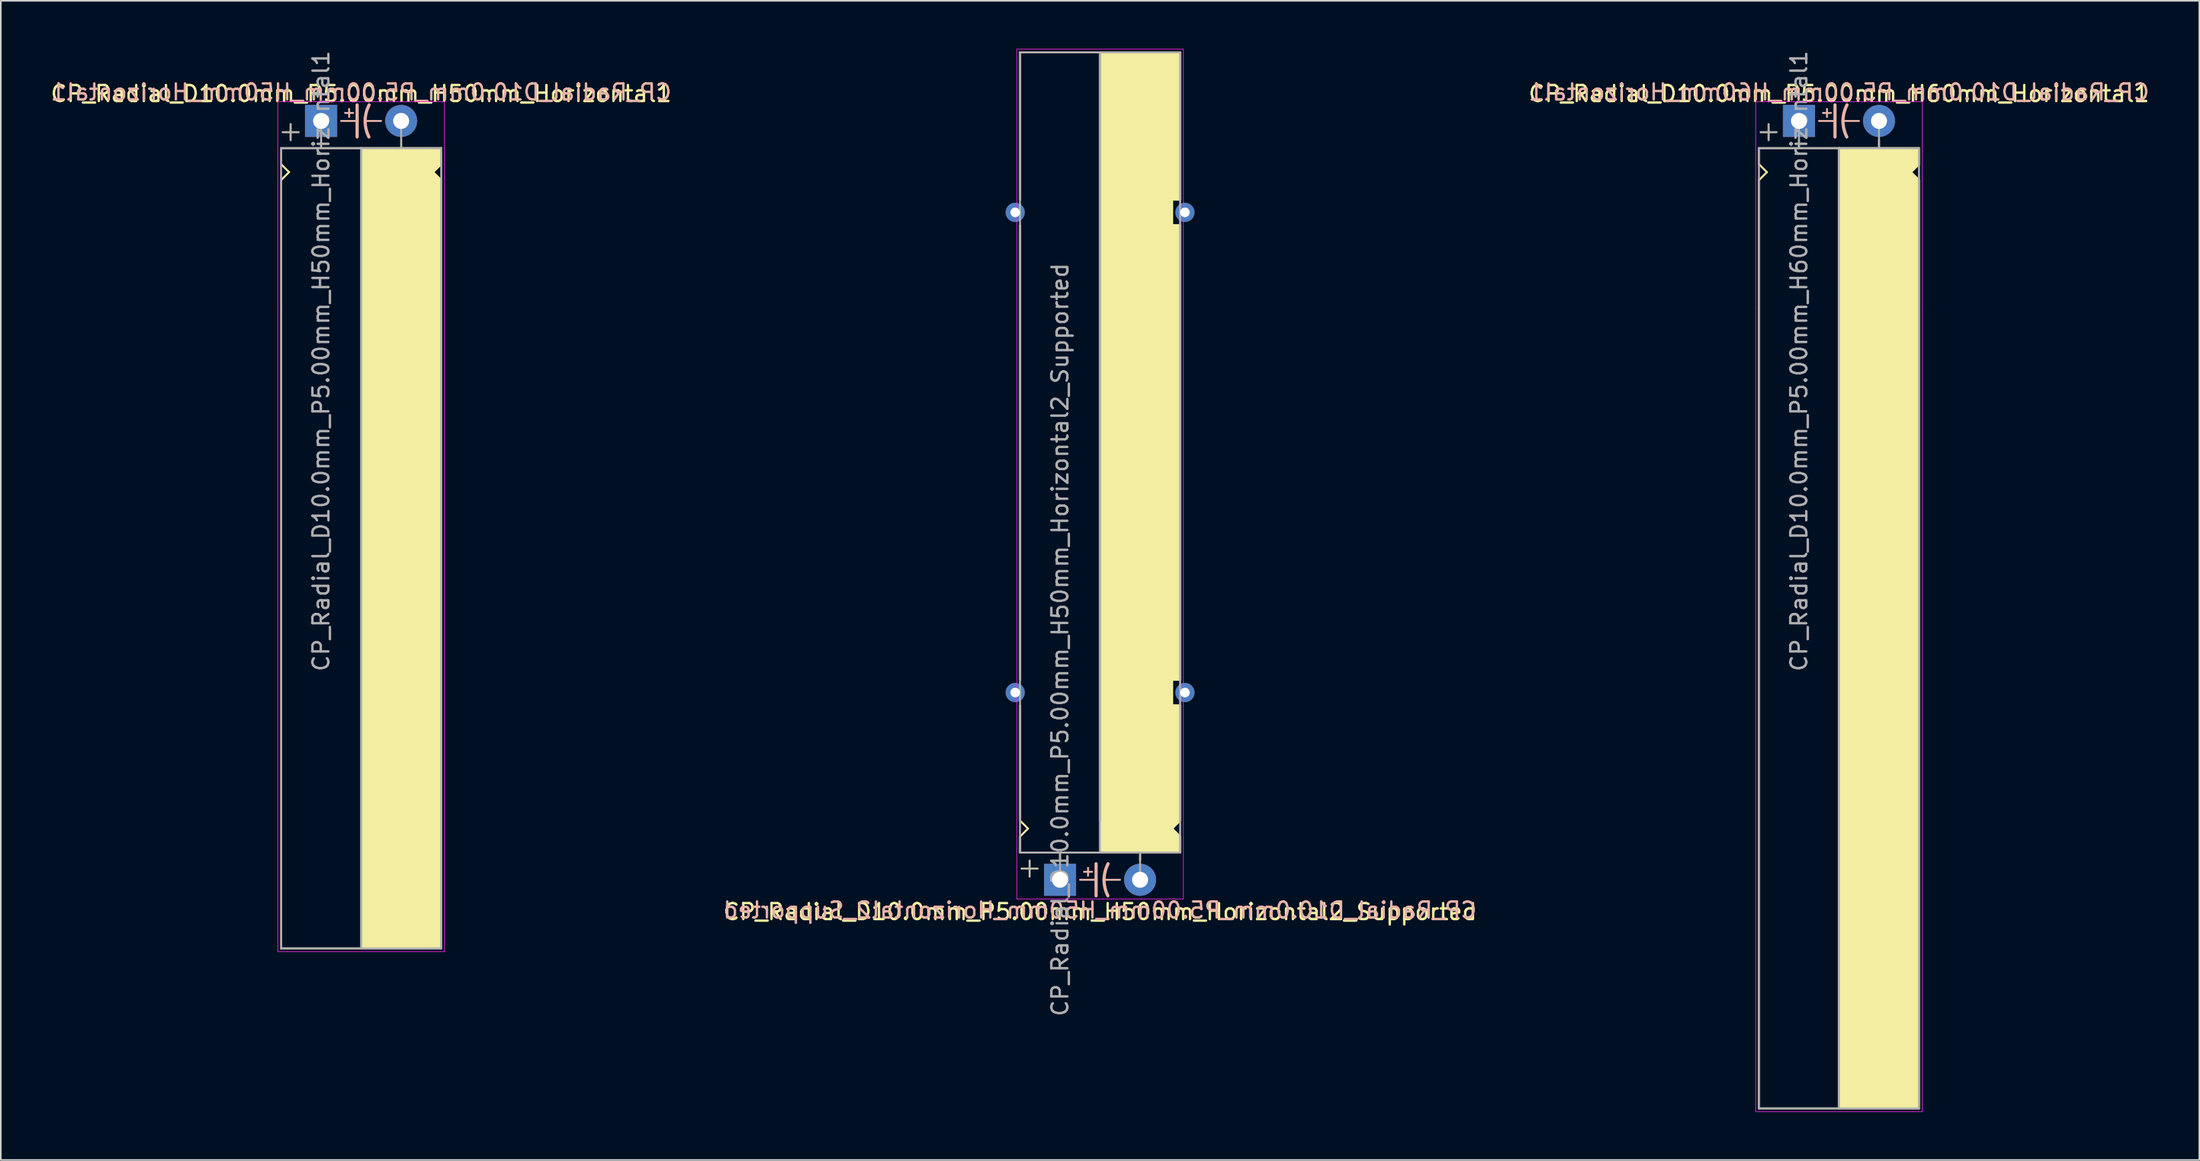
<source format=kicad_pcb>
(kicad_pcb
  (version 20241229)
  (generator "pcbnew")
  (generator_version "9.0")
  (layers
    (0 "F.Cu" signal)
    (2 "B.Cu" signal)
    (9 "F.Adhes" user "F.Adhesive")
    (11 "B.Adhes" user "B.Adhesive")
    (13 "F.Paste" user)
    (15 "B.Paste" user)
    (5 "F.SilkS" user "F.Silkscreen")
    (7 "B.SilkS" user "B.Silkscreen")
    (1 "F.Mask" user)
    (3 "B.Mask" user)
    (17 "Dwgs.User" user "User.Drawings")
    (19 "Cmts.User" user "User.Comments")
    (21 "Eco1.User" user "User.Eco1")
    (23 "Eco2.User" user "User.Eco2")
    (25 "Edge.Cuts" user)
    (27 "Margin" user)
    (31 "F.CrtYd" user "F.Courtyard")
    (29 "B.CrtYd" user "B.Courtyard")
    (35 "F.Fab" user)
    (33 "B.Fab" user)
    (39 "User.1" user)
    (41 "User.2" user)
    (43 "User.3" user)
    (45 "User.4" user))
  (footprint "CP_Radial_D10.0mm_P5.00mm_H60mm_Horizontal1"
    (layer "F.Cu")
    (at 109.315 4.506)
    (property "Reference" "CP_Radial_D10.0mm_P5.00mm_H60mm_Horizontal1" (at 2.5 -1.7 0) (layer "F.SilkS") (effects (font (size 1 1) (thickness 0.15))))
    (fp_line (start -2.5 1.7) (end -2.5 2.7) (stroke (width 0.12) (type solid)) (layer "F.SilkS"))
    (fp_line (start -2.5 2.7) (end -2 3.2) (stroke (width 0.12) (type solid)) (layer "F.SilkS"))
    (fp_line (start -2.5 3.7) (end -2.5 11.7) (stroke (width 0.12) (type solid)) (layer "F.SilkS"))
    (fp_line (start -2.5 11.7) (end -2.5 61.7) (stroke (width 0.12) (type solid)) (layer "F.SilkS"))
    (fp_line (start -2.5 61.7) (end 7.5 61.7) (stroke (width 0.12) (type solid)) (layer "F.SilkS"))
    (fp_line (start -2 3.2) (end -2.5 3.7) (stroke (width 0.12) (type solid)) (layer "F.SilkS"))
    (fp_line (start -1.9 0.2) (end -1.9 1.2) (stroke (width 0.12) (type solid)) (layer "F.SilkS"))
    (fp_line (start -1.4 0.7) (end -2.4 0.7) (stroke (width 0.12) (type solid)) (layer "F.SilkS"))
    (fp_line (start 0 1.7) (end 0 1.2) (stroke (width 0.12) (type solid)) (layer "F.SilkS"))
    (fp_line (start 2.5 1.7) (end -2.5 1.7) (stroke (width 0.12) (type solid)) (layer "F.SilkS"))
    (fp_line (start 2.5 61.7) (end 2.5 1.7) (stroke (width 0.12) (type solid)) (layer "F.SilkS"))
    (fp_line (start 5 1.7) (end 5 1.2) (stroke (width 0.12) (type solid)) (layer "F.SilkS"))
    (fp_line (start 7 3.2) (end 7.5 3.7) (stroke (width 0.12) (type solid)) (layer "F.SilkS"))
    (fp_line (start 7.5 1.7) (end 2.5 1.7) (stroke (width 0.12) (type solid)) (layer "F.SilkS"))
    (fp_line (start 7.5 1.7) (end 7.5 2.7) (stroke (width 0.12) (type solid)) (layer "F.SilkS"))
    (fp_line (start 7.5 2.7) (end 7 3.2) (stroke (width 0.12) (type solid)) (layer "F.SilkS"))
    (fp_line (start 7.5 3.7) (end 7.5 11.7) (stroke (width 0.12) (type solid)) (layer "F.SilkS"))
    (fp_line (start 7.5 11.7) (end 7.5 61.7) (stroke (width 0.12) (type solid)) (layer "F.SilkS"))
    (fp_poly (pts (xy 7.5 2.7) (xy 7 3.2) (xy 7.5 3.7) (xy 7.5 61.7) (xy 2.5 61.7) (xy 2.5 1.7) (xy 7.5 1.7)) (stroke (width 0.1) (type solid)) (fill yes) (layer "F.SilkS"))
    (fp_line (start 1.25 0) (end 2.25 0) (stroke (width 0.12) (type solid)) (layer "B.SilkS"))
    (fp_line (start 1.5 -0.5) (end 2 -0.5) (stroke (width 0.12) (type solid)) (layer "B.SilkS"))
    (fp_line (start 1.75 -0.75) (end 1.75 -0.25) (stroke (width 0.12) (type solid)) (layer "B.SilkS"))
    (fp_line (start 2.25 1) (end 2.25 -1) (stroke (width 0.2) (type solid)) (layer "B.SilkS"))
    (fp_line (start 3.75 0) (end 2.75 0) (stroke (width 0.12) (type solid)) (layer "B.SilkS"))
    (fp_arc (start 2.75 0) (mid 2.816707 -0.514573) (end 3 -1) (stroke (width 0.2) (type solid)) (layer "B.SilkS"))
    (fp_arc (start 2.987539 1) (mid 2.810248 0.513901) (end 2.75 0) (stroke (width 0.2) (type solid)) (layer "B.SilkS"))
    (fp_line (start -2.7 -1.2) (end 5.3 -1.2) (stroke (width 0.04) (type solid)) (layer "F.CrtYd"))
    (fp_line (start -2.7 61.9) (end -2.7 -1.2) (stroke (width 0.04) (type solid)) (layer "F.CrtYd"))
    (fp_line (start 5.3 -1.2) (end 7.7 -1.2) (stroke (width 0.04) (type solid)) (layer "F.CrtYd"))
    (fp_line (start 7.7 -1.2) (end 7.7 61.9) (stroke (width 0.04) (type solid)) (layer "F.CrtYd"))
    (fp_line (start 7.7 61.9) (end -2.7 61.9) (stroke (width 0.04) (type solid)) (layer "F.CrtYd"))
    (fp_line (start -2.5 1.7) (end -2.5 61.7) (stroke (width 0.12) (type solid)) (layer "F.Fab"))
    (fp_line (start -2.5 61.7) (end 7.5 61.7) (stroke (width 0.12) (type solid)) (layer "F.Fab"))
    (fp_line (start -2.4 0.7) (end -1.4 0.7) (stroke (width 0.1) (type solid)) (layer "F.Fab"))
    (fp_line (start -1.9 1.2) (end -1.9 0.2) (stroke (width 0.1) (type solid)) (layer "F.Fab"))
    (fp_line (start 0 1.7) (end 0 0) (stroke (width 0.12) (type solid)) (layer "F.Fab"))
    (fp_line (start 2.5 1.7) (end 2.5 61.7) (stroke (width 0.12) (type solid)) (layer "F.Fab"))
    (fp_line (start 5 1.7) (end 5 0) (stroke (width 0.12) (type solid)) (layer "F.Fab"))
    (fp_line (start 7.5 1.7) (end -2.5 1.7) (stroke (width 0.12) (type solid)) (layer "F.Fab"))
    (fp_line (start 7.5 61.7) (end 7.5 1.7) (stroke (width 0.12) (type solid)) (layer "F.Fab"))
    (fp_poly (pts (xy 7.5 61.7) (xy 2.5 61.7) (xy 2.5 1.7) (xy 7.5 1.7)) (stroke (width 0.1) (type solid)) (fill no) (layer "F.Fab"))
    (fp_text user "${REFERENCE}" (at 2.5 -1.8 0) (layer "B.SilkS") (effects (font (size 1 1) (thickness 0.15)) (justify mirror)))
    (fp_text user "${REFERENCE}" (at 0 15 90) (layer "F.Fab") (effects (font (size 1 1) (thickness 0.15))))
    (pad "1" thru_hole rect (at 0 0) (size 2 2) (drill 1) (layers "*.Cu" "*.Mask"))
    (pad "2" thru_hole circle (at 5 0) (size 2 2) (drill 1) (layers "*.Cu" "*.Mask")))
  (footprint "CP_Radial_D10.0mm_P5.00mm_H50mm_Horizontal1"
    (layer "F.Cu")
    (at 17.006 4.506)
    (property "Reference" "CP_Radial_D10.0mm_P5.00mm_H50mm_Horizontal1" (at 2.5 -1.7 0) (layer "F.SilkS") (effects (font (size 1 1) (thickness 0.15))))
    (fp_line (start -2.5 1.7) (end -2.5 2.7) (stroke (width 0.12) (type solid)) (layer "F.SilkS"))
    (fp_line (start -2.5 2.7) (end -2 3.2) (stroke (width 0.12) (type solid)) (layer "F.SilkS"))
    (fp_line (start -2.5 3.7) (end -2.5 11.7) (stroke (width 0.12) (type solid)) (layer "F.SilkS"))
    (fp_line (start -2.5 11.7) (end -2.5 51.7) (stroke (width 0.12) (type solid)) (layer "F.SilkS"))
    (fp_line (start -2.5 51.7) (end 7.5 51.7) (stroke (width 0.12) (type solid)) (layer "F.SilkS"))
    (fp_line (start -2 3.2) (end -2.5 3.7) (stroke (width 0.12) (type solid)) (layer "F.SilkS"))
    (fp_line (start -1.9 0.2) (end -1.9 1.2) (stroke (width 0.12) (type solid)) (layer "F.SilkS"))
    (fp_line (start -1.4 0.7) (end -2.4 0.7) (stroke (width 0.12) (type solid)) (layer "F.SilkS"))
    (fp_line (start 0 1.7) (end 0 1.2) (stroke (width 0.12) (type solid)) (layer "F.SilkS"))
    (fp_line (start 2.5 1.7) (end -2.5 1.7) (stroke (width 0.12) (type solid)) (layer "F.SilkS"))
    (fp_line (start 2.5 51.7) (end 2.5 1.7) (stroke (width 0.12) (type solid)) (layer "F.SilkS"))
    (fp_line (start 5 1.7) (end 5 1.2) (stroke (width 0.12) (type solid)) (layer "F.SilkS"))
    (fp_line (start 7 3.2) (end 7.5 3.7) (stroke (width 0.12) (type solid)) (layer "F.SilkS"))
    (fp_line (start 7.5 1.7) (end 2.5 1.7) (stroke (width 0.12) (type solid)) (layer "F.SilkS"))
    (fp_line (start 7.5 1.7) (end 7.5 2.7) (stroke (width 0.12) (type solid)) (layer "F.SilkS"))
    (fp_line (start 7.5 2.7) (end 7 3.2) (stroke (width 0.12) (type solid)) (layer "F.SilkS"))
    (fp_line (start 7.5 3.7) (end 7.5 11.7) (stroke (width 0.12) (type solid)) (layer "F.SilkS"))
    (fp_line (start 7.5 11.7) (end 7.5 51.7) (stroke (width 0.12) (type solid)) (layer "F.SilkS"))
    (fp_poly (pts (xy 7.5 2.7) (xy 7 3.2) (xy 7.5 3.7) (xy 7.5 51.7) (xy 2.5 51.7) (xy 2.5 1.7) (xy 7.5 1.7)) (stroke (width 0.1) (type solid)) (fill yes) (layer "F.SilkS"))
    (fp_line (start 1.25 0) (end 2.25 0) (stroke (width 0.12) (type solid)) (layer "B.SilkS"))
    (fp_line (start 1.5 -0.5) (end 2 -0.5) (stroke (width 0.12) (type solid)) (layer "B.SilkS"))
    (fp_line (start 1.75 -0.75) (end 1.75 -0.25) (stroke (width 0.12) (type solid)) (layer "B.SilkS"))
    (fp_line (start 2.25 1) (end 2.25 -1) (stroke (width 0.2) (type solid)) (layer "B.SilkS"))
    (fp_line (start 3.75 0) (end 2.75 0) (stroke (width 0.12) (type solid)) (layer "B.SilkS"))
    (fp_arc (start 2.75 0) (mid 2.816707 -0.514573) (end 3 -1) (stroke (width 0.2) (type solid)) (layer "B.SilkS"))
    (fp_arc (start 2.987539 1) (mid 2.810248 0.513901) (end 2.75 0) (stroke (width 0.2) (type solid)) (layer "B.SilkS"))
    (fp_line (start -2.7 -1.2) (end 5.3 -1.2) (stroke (width 0.04) (type solid)) (layer "F.CrtYd"))
    (fp_line (start -2.7 51.9) (end -2.7 -1.2) (stroke (width 0.04) (type solid)) (layer "F.CrtYd"))
    (fp_line (start 5.3 -1.2) (end 7.7 -1.2) (stroke (width 0.04) (type solid)) (layer "F.CrtYd"))
    (fp_line (start 7.7 -1.2) (end 7.7 51.9) (stroke (width 0.04) (type solid)) (layer "F.CrtYd"))
    (fp_line (start 7.7 51.9) (end -2.7 51.9) (stroke (width 0.04) (type solid)) (layer "F.CrtYd"))
    (fp_line (start -2.5 1.7) (end -2.5 51.7) (stroke (width 0.12) (type solid)) (layer "F.Fab"))
    (fp_line (start -2.5 51.7) (end 7.5 51.7) (stroke (width 0.12) (type solid)) (layer "F.Fab"))
    (fp_line (start -2.4 0.7) (end -1.4 0.7) (stroke (width 0.1) (type solid)) (layer "F.Fab"))
    (fp_line (start -1.9 1.2) (end -1.9 0.2) (stroke (width 0.1) (type solid)) (layer "F.Fab"))
    (fp_line (start 0 1.7) (end 0 0) (stroke (width 0.12) (type solid)) (layer "F.Fab"))
    (fp_line (start 2.5 1.7) (end 2.5 51.7) (stroke (width 0.12) (type solid)) (layer "F.Fab"))
    (fp_line (start 5 1.7) (end 5 0) (stroke (width 0.12) (type solid)) (layer "F.Fab"))
    (fp_line (start 7.5 1.7) (end -2.5 1.7) (stroke (width 0.12) (type solid)) (layer "F.Fab"))
    (fp_line (start 7.5 51.7) (end 7.5 1.7) (stroke (width 0.12) (type solid)) (layer "F.Fab"))
    (fp_poly (pts (xy 7.5 51.7) (xy 2.5 51.7) (xy 2.5 1.7) (xy 7.5 1.7)) (stroke (width 0.1) (type solid)) (fill no) (layer "F.Fab"))
    (fp_text user "${REFERENCE}" (at 2.5 -1.8 0) (layer "B.SilkS") (effects (font (size 1 1) (thickness 0.15)) (justify mirror)))
    (fp_text user "${REFERENCE}" (at 0 15 90) (layer "F.Fab") (effects (font (size 1 1) (thickness 0.15))))
    (pad "1" thru_hole rect (at 0 0) (size 2 2) (drill 1) (layers "*.Cu" "*.Mask"))
    (pad "2" thru_hole circle (at 5 0) (size 2 2) (drill 1) (layers "*.Cu" "*.Mask")))
  (footprint "CP_Radial_D10.0mm_P5.00mm_H50mm_Horizontal2_Supported"
    (layer "F.Cu")
    (at 63.161 51.92)
    (property "Reference" "CP_Radial_D10.0mm_P5.00mm_H50mm_Horizontal2_Supported" (at 2.5 2 0) (layer "F.SilkS") (effects (font (size 1 1) (thickness 0.15))))
    (fp_line (start -2.5 -51.7) (end 7.5 -51.7) (stroke (width 0.12) (type solid)) (layer "F.SilkS"))
    (fp_line (start -2.5 -42.5) (end -2.5 -51.7) (stroke (width 0.12) (type solid)) (layer "F.SilkS"))
    (fp_line (start -2.5 -12.5) (end -2.5 -40.9) (stroke (width 0.12) (type solid)) (layer "F.SilkS"))
    (fp_line (start -2.5 -3.8) (end -2.5 -10.9) (stroke (width 0.12) (type solid)) (layer "F.SilkS"))
    (fp_line (start -2.5 -2.7) (end -2 -3.2) (stroke (width 0.12) (type solid)) (layer "F.SilkS"))
    (fp_line (start -2.5 -1.7) (end -2.5 -2.7) (stroke (width 0.12) (type solid)) (layer "F.SilkS"))
    (fp_line (start -2 -3.2) (end -2.5 -3.7) (stroke (width 0.12) (type solid)) (layer "F.SilkS"))
    (fp_line (start -1.9 -1.2) (end -1.9 -0.2) (stroke (width 0.12) (type solid)) (layer "F.SilkS"))
    (fp_line (start -1.4 -0.7) (end -2.4 -0.7) (stroke (width 0.12) (type solid)) (layer "F.SilkS"))
    (fp_line (start 0 -1.7) (end 0 -1.2) (stroke (width 0.12) (type solid)) (layer "F.SilkS"))
    (fp_line (start 2.5 -51.7) (end 2.5 -1.7) (stroke (width 0.12) (type solid)) (layer "F.SilkS"))
    (fp_line (start 2.5 -1.7) (end -2.5 -1.7) (stroke (width 0.12) (type solid)) (layer "F.SilkS"))
    (fp_line (start 5 -1.7) (end 5 -1.2) (stroke (width 0.12) (type solid)) (layer "F.SilkS"))
    (fp_line (start 7 -42.5) (end 7.5 -42.5) (stroke (width 0.12) (type solid)) (layer "F.SilkS"))
    (fp_line (start 7 -40.9) (end 7 -42.5) (stroke (width 0.12) (type solid)) (layer "F.SilkS"))
    (fp_line (start 7 -12.5) (end 7.5 -12.5) (stroke (width 0.12) (type solid)) (layer "F.SilkS"))
    (fp_line (start 7 -10.9) (end 7 -12.5) (stroke (width 0.12) (type solid)) (layer "F.SilkS"))
    (fp_line (start 7 -3.2) (end 7.5 -3.7) (stroke (width 0.12) (type solid)) (layer "F.SilkS"))
    (fp_line (start 7.5 -42.5) (end 7.5 -51.7) (stroke (width 0.12) (type solid)) (layer "F.SilkS"))
    (fp_line (start 7.5 -40.9) (end 7 -40.9) (stroke (width 0.12) (type solid)) (layer "F.SilkS"))
    (fp_line (start 7.5 -12.5) (end 7.5 -40.9) (stroke (width 0.12) (type solid)) (layer "F.SilkS"))
    (fp_line (start 7.5 -10.9) (end 7 -10.9) (stroke (width 0.12) (type solid)) (layer "F.SilkS"))
    (fp_line (start 7.5 -3.7) (end 7.5 -10.9) (stroke (width 0.12) (type solid)) (layer "F.SilkS"))
    (fp_line (start 7.5 -2.7) (end 7 -3.2) (stroke (width 0.12) (type solid)) (layer "F.SilkS"))
    (fp_line (start 7.5 -1.7) (end 2.5 -1.7) (stroke (width 0.12) (type solid)) (layer "F.SilkS"))
    (fp_line (start 7.5 -1.7) (end 7.5 -2.7) (stroke (width 0.12) (type solid)) (layer "F.SilkS"))
    (fp_poly (pts (xy 7.5 -2.7) (xy 7 -3.2) (xy 7.5 -3.7) (xy 7.5 -10.9) (xy 7 -10.9) (xy 7 -12.5) (xy 7.5 -12.5) (xy 7.5 -40.9) (xy 7 -40.9) (xy 7 -42.5) (xy 7.5 -42.5) (xy 7.5 -51.7) (xy 2.5 -51.7) (xy 2.5 -1.7) (xy 7.5 -1.7)) (stroke (width 0.1) (type solid)) (fill yes) (layer "F.SilkS"))
    (fp_line (start 1.25 0) (end 2.25 0) (stroke (width 0.12) (type solid)) (layer "B.SilkS"))
    (fp_line (start 1.5 -0.5) (end 2 -0.5) (stroke (width 0.12) (type solid)) (layer "B.SilkS"))
    (fp_line (start 1.75 -0.75) (end 1.75 -0.25) (stroke (width 0.12) (type solid)) (layer "B.SilkS"))
    (fp_line (start 2.25 1) (end 2.25 -1) (stroke (width 0.2) (type solid)) (layer "B.SilkS"))
    (fp_line (start 3.75 0) (end 2.75 0) (stroke (width 0.12) (type solid)) (layer "B.SilkS"))
    (fp_arc (start 2.75 0) (mid 2.816707 -0.514573) (end 3 -1) (stroke (width 0.2) (type solid)) (layer "B.SilkS"))
    (fp_arc (start 2.987539 1) (mid 2.810248 0.513901) (end 2.75 0) (stroke (width 0.2) (type solid)) (layer "B.SilkS"))
    (fp_line (start -2.7 -51.9) (end -2.7 1.2) (stroke (width 0.04) (type solid)) (layer "F.CrtYd"))
    (fp_line (start -2.7 1.2) (end 5.3 1.2) (stroke (width 0.04) (type solid)) (layer "F.CrtYd"))
    (fp_line (start 5.3 1.2) (end 7.7 1.2) (stroke (width 0.04) (type solid)) (layer "F.CrtYd"))
    (fp_line (start 7.7 -51.9) (end -2.7 -51.9) (stroke (width 0.04) (type solid)) (layer "F.CrtYd"))
    (fp_line (start 7.7 1.2) (end 7.7 -51.9) (stroke (width 0.04) (type solid)) (layer "F.CrtYd"))
    (fp_line (start -2.5 -51.7) (end 7.5 -51.7) (stroke (width 0.12) (type solid)) (layer "F.Fab"))
    (fp_line (start -2.5 -1.7) (end -2.5 -51.7) (stroke (width 0.12) (type solid)) (layer "F.Fab"))
    (fp_line (start -2.4 -0.7) (end -1.4 -0.7) (stroke (width 0.1) (type solid)) (layer "F.Fab"))
    (fp_line (start -1.9 -0.2) (end -1.9 -1.2) (stroke (width 0.1) (type solid)) (layer "F.Fab"))
    (fp_line (start 0 -1.7) (end 0 0) (stroke (width 0.12) (type solid)) (layer "F.Fab"))
    (fp_line (start 2.5 -3.7) (end 2.5 -51.7) (stroke (width 0.12) (type solid)) (layer "F.Fab"))
    (fp_line (start 5 -1.7) (end 5 0) (stroke (width 0.12) (type solid)) (layer "F.Fab"))
    (fp_line (start 7.5 -51.7) (end 7.5 -1.7) (stroke (width 0.12) (type solid)) (layer "F.Fab"))
    (fp_line (start 7.5 -1.7) (end -2.5 -1.7) (stroke (width 0.12) (type solid)) (layer "F.Fab"))
    (fp_poly (pts (xy 7.5 -51.7) (xy 2.5 -51.7) (xy 2.5 -1.7) (xy 7.5 -1.7)) (stroke (width 0.1) (type solid)) (fill no) (layer "F.Fab"))
    (fp_text user "${REFERENCE}" (at 2.5 1.9 0) (layer "B.SilkS") (effects (font (size 1 1) (thickness 0.15)) (justify mirror)))
    (fp_text user "${REFERENCE}" (at 0 -15 90) (layer "F.Fab") (effects (font (size 1 1) (thickness 0.15))))
    (pad "1" thru_hole rect (at 0 0) (size 2 2) (drill 1) (layers "*.Cu" "*.Mask"))
    (pad "2" thru_hole circle (at 5 0) (size 2 2) (drill 1) (layers "*.Cu" "*.Mask"))
    (pad "~" thru_hole circle (at -2.8 -41.7 180) (size 1.2 1.2) (drill 0.6) (layers "*.Cu" "*.Mask"))
    (pad "~" thru_hole circle (at -2.8 -11.7) (size 1.2 1.2) (drill 0.6) (layers "*.Cu" "*.Mask"))
    (pad "~" thru_hole circle (at 7.8 -41.7 180) (size 1.2 1.2) (drill 0.6) (layers "*.Cu" "*.Mask"))
    (pad "~" thru_hole circle (at 7.8 -11.7 180) (size 1.2 1.2) (drill 0.6) (layers "*.Cu" "*.Mask")))
  (gr_rect
    (start -3 -3)
    (end 134.321 69.426)
    (stroke (width 0.1) (type default))
    (fill no)
    (layer "Edge.Cuts")))
</source>
